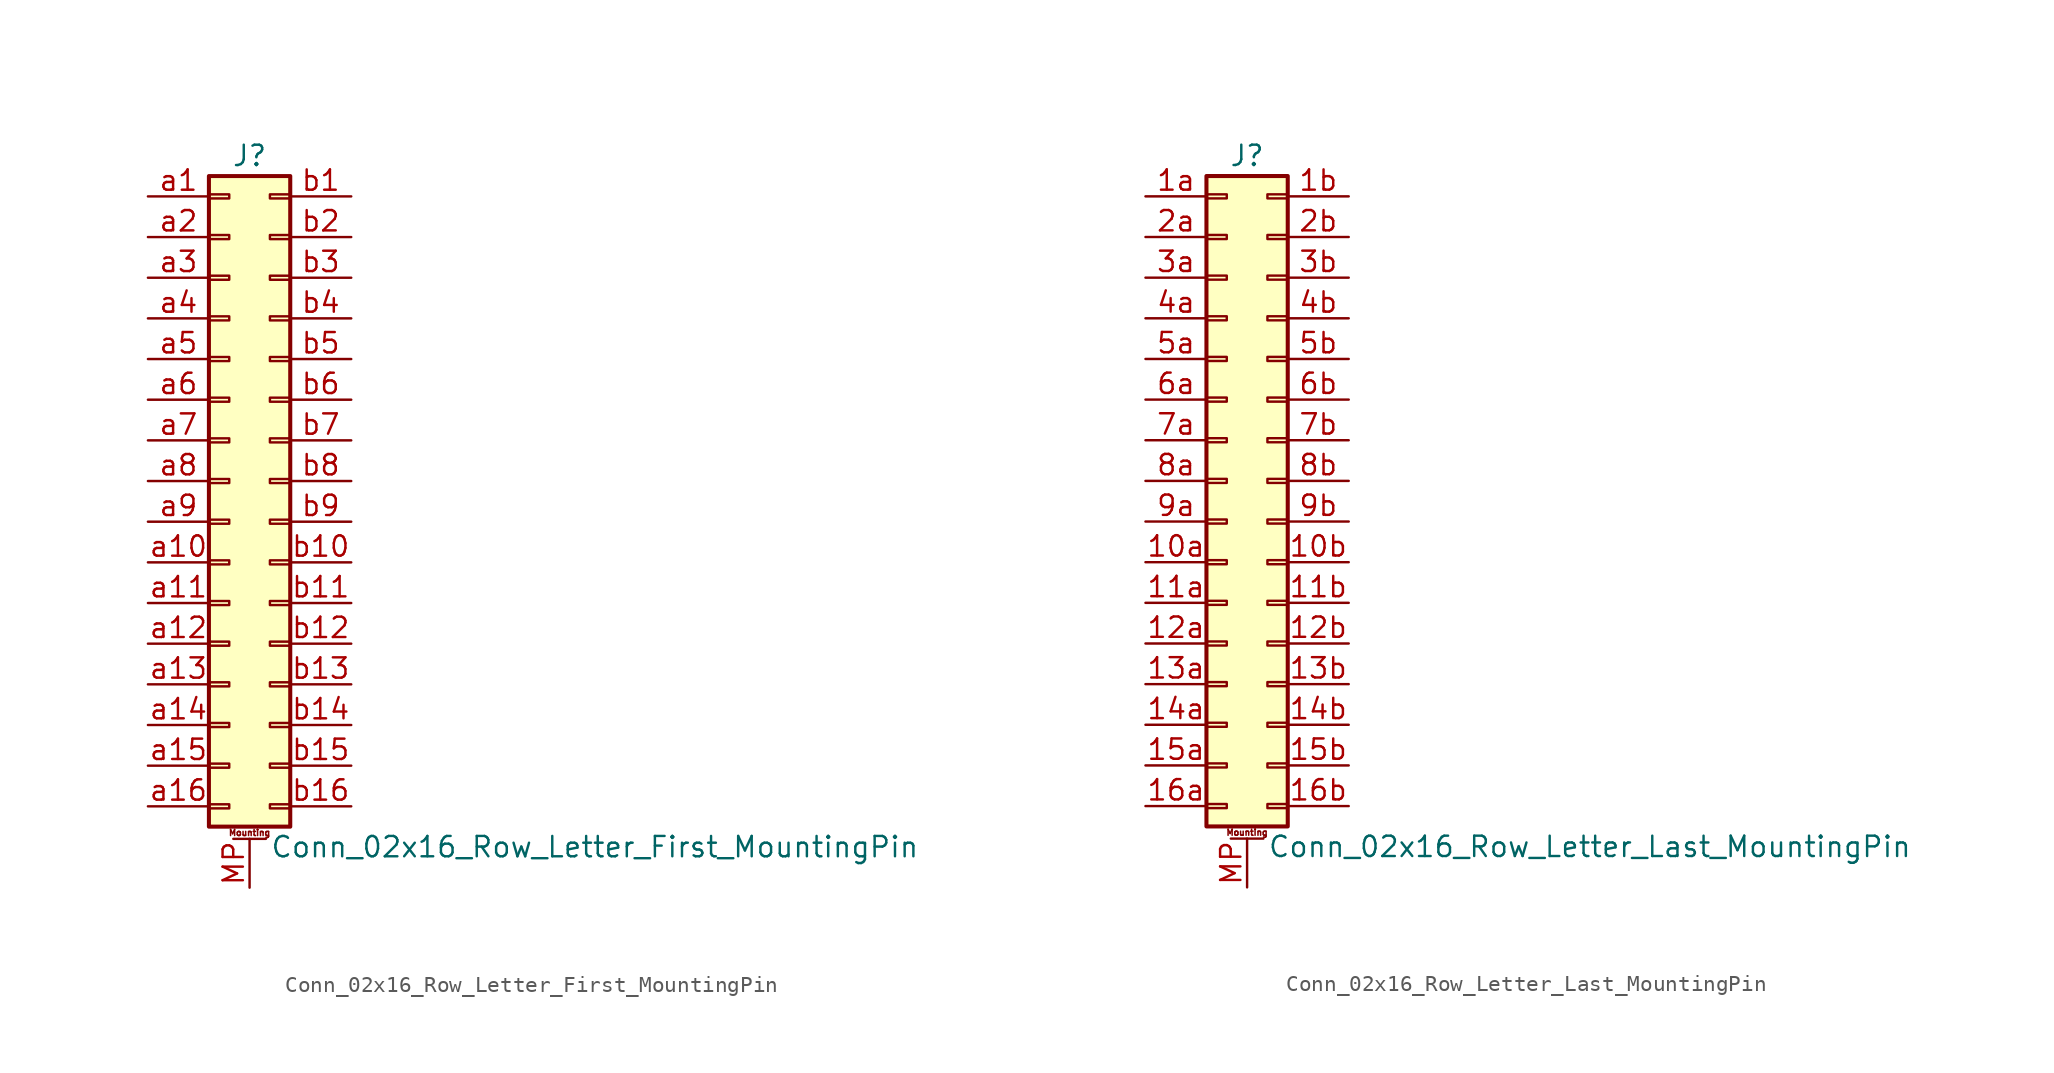
<source format=kicad_sym>
(kicad_symbol_lib
  (version 20201005)
  (generator kicad_symbol_editor)
  (symbol "Conn_02x16_Row_Letter_First_MountingPin"
    (pin_names
      (offset 1.016) hide)
    (property "Reference" "J"
      (at 1.27 20.32 0)
      (effects (font (size 1.27 1.27))))
    (property "Value" "Conn_02x16_Row_Letter_First_MountingPin"
      (at 2.54 -22.86 0)
      (effects (font (size 1.27 1.27)) (justify left)))
    (symbol "Conn_02x16_Row_Letter_First_MountingPin_1_1"
      (text "Mounting" (at 1.27 -21.971 0) (effects (font (size 0.381 0.381))))
      (rectangle (start -1.27 -20.193) (end 0 -20.447) (stroke (width 0.152)) (fill (type none)))
      (rectangle (start -1.27 -17.653) (end 0 -17.907) (stroke (width 0.152)) (fill (type none)))
      (rectangle (start -1.27 -15.113) (end 0 -15.367) (stroke (width 0.152)) (fill (type none)))
      (rectangle (start -1.27 -12.573) (end 0 -12.827) (stroke (width 0.152)) (fill (type none)))
      (rectangle (start -1.27 -10.033) (end 0 -10.287) (stroke (width 0.152)) (fill (type none)))
      (rectangle (start -1.27 -7.493) (end 0 -7.747) (stroke (width 0.152)) (fill (type none)))
      (rectangle (start -1.27 -4.953) (end 0 -5.207) (stroke (width 0.152)) (fill (type none)))
      (rectangle (start -1.27 -2.413) (end 0 -2.667) (stroke (width 0.152)) (fill (type none)))
      (rectangle (start -1.27 0.127) (end 0 -0.127) (stroke (width 0.152)) (fill (type none)))
      (rectangle (start -1.27 2.667) (end 0 2.413) (stroke (width 0.152)) (fill (type none)))
      (rectangle (start -1.27 5.207) (end 0 4.953) (stroke (width 0.152)) (fill (type none)))
      (rectangle (start -1.27 7.747) (end 0 7.493) (stroke (width 0.152)) (fill (type none)))
      (rectangle (start -1.27 10.287) (end 0 10.033) (stroke (width 0.152)) (fill (type none)))
      (rectangle (start -1.27 12.827) (end 0 12.573) (stroke (width 0.152)) (fill (type none)))
      (rectangle (start -1.27 15.367) (end 0 15.113) (stroke (width 0.152)) (fill (type none)))
      (rectangle (start -1.27 17.907) (end 0 17.653) (stroke (width 0.152)) (fill (type none)))
      (rectangle (start 3.81 -20.193) (end 2.54 -20.447) (stroke (width 0.152)) (fill (type none)))
      (rectangle (start 3.81 -17.653) (end 2.54 -17.907) (stroke (width 0.152)) (fill (type none)))
      (rectangle (start 3.81 -15.113) (end 2.54 -15.367) (stroke (width 0.152)) (fill (type none)))
      (rectangle (start 3.81 -12.573) (end 2.54 -12.827) (stroke (width 0.152)) (fill (type none)))
      (rectangle (start 3.81 -10.033) (end 2.54 -10.287) (stroke (width 0.152)) (fill (type none)))
      (rectangle (start 3.81 -7.493) (end 2.54 -7.747) (stroke (width 0.152)) (fill (type none)))
      (rectangle (start 3.81 -4.953) (end 2.54 -5.207) (stroke (width 0.152)) (fill (type none)))
      (rectangle (start 3.81 -2.413) (end 2.54 -2.667) (stroke (width 0.152)) (fill (type none)))
      (rectangle (start 3.81 0.127) (end 2.54 -0.127) (stroke (width 0.152)) (fill (type none)))
      (rectangle (start 3.81 2.667) (end 2.54 2.413) (stroke (width 0.152)) (fill (type none)))
      (rectangle (start 3.81 5.207) (end 2.54 4.953) (stroke (width 0.152)) (fill (type none)))
      (rectangle (start 3.81 7.747) (end 2.54 7.493) (stroke (width 0.152)) (fill (type none)))
      (rectangle (start 3.81 10.287) (end 2.54 10.033) (stroke (width 0.152)) (fill (type none)))
      (rectangle (start 3.81 12.827) (end 2.54 12.573) (stroke (width 0.152)) (fill (type none)))
      (rectangle (start 3.81 15.367) (end 2.54 15.113) (stroke (width 0.152)) (fill (type none)))
      (rectangle (start 3.81 17.907) (end 2.54 17.653) (stroke (width 0.152)) (fill (type none)))
      (rectangle (start -1.27 19.05) (end 3.81 -21.59) (stroke (width 0.254)) (fill (type background)))
      (polyline (pts (xy 0.254 -22.352) (xy 2.286 -22.352)) (stroke (width 0.152)) (fill (type none)))
      (pin passive line (at 1.27 -25.4 90) (length 3.048) (name "MountPin" (effects (font (size 1.27 1.27)))) (number "MP" (effects (font (size 1.27 1.27)))))
      (pin passive line (at -5.08 17.78 0) (length 3.81) (name "Pin_a1" (effects (font (size 1.27 1.27)))) (number "a1" (effects (font (size 1.27 1.27)))))
      (pin passive line (at -5.08 -5.08 0) (length 3.81) (name "Pin_a10" (effects (font (size 1.27 1.27)))) (number "a10" (effects (font (size 1.27 1.27)))))
      (pin passive line (at -5.08 -7.62 0) (length 3.81) (name "Pin_a11" (effects (font (size 1.27 1.27)))) (number "a11" (effects (font (size 1.27 1.27)))))
      (pin passive line (at -5.08 -10.16 0) (length 3.81) (name "Pin_a12" (effects (font (size 1.27 1.27)))) (number "a12" (effects (font (size 1.27 1.27)))))
      (pin passive line (at -5.08 -12.7 0) (length 3.81) (name "Pin_a13" (effects (font (size 1.27 1.27)))) (number "a13" (effects (font (size 1.27 1.27)))))
      (pin passive line (at -5.08 -15.24 0) (length 3.81) (name "Pin_a14" (effects (font (size 1.27 1.27)))) (number "a14" (effects (font (size 1.27 1.27)))))
      (pin passive line (at -5.08 -17.78 0) (length 3.81) (name "Pin_a15" (effects (font (size 1.27 1.27)))) (number "a15" (effects (font (size 1.27 1.27)))))
      (pin passive line (at -5.08 -20.32 0) (length 3.81) (name "Pin_a16" (effects (font (size 1.27 1.27)))) (number "a16" (effects (font (size 1.27 1.27)))))
      (pin passive line (at -5.08 15.24 0) (length 3.81) (name "Pin_a2" (effects (font (size 1.27 1.27)))) (number "a2" (effects (font (size 1.27 1.27)))))
      (pin passive line (at -5.08 12.7 0) (length 3.81) (name "Pin_a3" (effects (font (size 1.27 1.27)))) (number "a3" (effects (font (size 1.27 1.27)))))
      (pin passive line (at -5.08 10.16 0) (length 3.81) (name "Pin_a4" (effects (font (size 1.27 1.27)))) (number "a4" (effects (font (size 1.27 1.27)))))
      (pin passive line (at -5.08 7.62 0) (length 3.81) (name "Pin_a5" (effects (font (size 1.27 1.27)))) (number "a5" (effects (font (size 1.27 1.27)))))
      (pin passive line (at -5.08 5.08 0) (length 3.81) (name "Pin_a6" (effects (font (size 1.27 1.27)))) (number "a6" (effects (font (size 1.27 1.27)))))
      (pin passive line (at -5.08 2.54 0) (length 3.81) (name "Pin_a7" (effects (font (size 1.27 1.27)))) (number "a7" (effects (font (size 1.27 1.27)))))
      (pin passive line (at -5.08 0 0) (length 3.81) (name "Pin_a8" (effects (font (size 1.27 1.27)))) (number "a8" (effects (font (size 1.27 1.27)))))
      (pin passive line (at -5.08 -2.54 0) (length 3.81) (name "Pin_a9" (effects (font (size 1.27 1.27)))) (number "a9" (effects (font (size 1.27 1.27)))))
      (pin passive line (at 7.62 17.78 180) (length 3.81) (name "Pin_b1" (effects (font (size 1.27 1.27)))) (number "b1" (effects (font (size 1.27 1.27)))))
      (pin passive line (at 7.62 -5.08 180) (length 3.81) (name "Pin_b10" (effects (font (size 1.27 1.27)))) (number "b10" (effects (font (size 1.27 1.27)))))
      (pin passive line (at 7.62 -7.62 180) (length 3.81) (name "Pin_b11" (effects (font (size 1.27 1.27)))) (number "b11" (effects (font (size 1.27 1.27)))))
      (pin passive line (at 7.62 -10.16 180) (length 3.81) (name "Pin_b12" (effects (font (size 1.27 1.27)))) (number "b12" (effects (font (size 1.27 1.27)))))
      (pin passive line (at 7.62 -12.7 180) (length 3.81) (name "Pin_b13" (effects (font (size 1.27 1.27)))) (number "b13" (effects (font (size 1.27 1.27)))))
      (pin passive line (at 7.62 -15.24 180) (length 3.81) (name "Pin_b14" (effects (font (size 1.27 1.27)))) (number "b14" (effects (font (size 1.27 1.27)))))
      (pin passive line (at 7.62 -17.78 180) (length 3.81) (name "Pin_b15" (effects (font (size 1.27 1.27)))) (number "b15" (effects (font (size 1.27 1.27)))))
      (pin passive line (at 7.62 -20.32 180) (length 3.81) (name "Pin_b16" (effects (font (size 1.27 1.27)))) (number "b16" (effects (font (size 1.27 1.27)))))
      (pin passive line (at 7.62 15.24 180) (length 3.81) (name "Pin_b2" (effects (font (size 1.27 1.27)))) (number "b2" (effects (font (size 1.27 1.27)))))
      (pin passive line (at 7.62 12.7 180) (length 3.81) (name "Pin_b3" (effects (font (size 1.27 1.27)))) (number "b3" (effects (font (size 1.27 1.27)))))
      (pin passive line (at 7.62 10.16 180) (length 3.81) (name "Pin_b4" (effects (font (size 1.27 1.27)))) (number "b4" (effects (font (size 1.27 1.27)))))
      (pin passive line (at 7.62 7.62 180) (length 3.81) (name "Pin_b5" (effects (font (size 1.27 1.27)))) (number "b5" (effects (font (size 1.27 1.27)))))
      (pin passive line (at 7.62 5.08 180) (length 3.81) (name "Pin_b6" (effects (font (size 1.27 1.27)))) (number "b6" (effects (font (size 1.27 1.27)))))
      (pin passive line (at 7.62 2.54 180) (length 3.81) (name "Pin_b7" (effects (font (size 1.27 1.27)))) (number "b7" (effects (font (size 1.27 1.27)))))
      (pin passive line (at 7.62 0 180) (length 3.81) (name "Pin_b8" (effects (font (size 1.27 1.27)))) (number "b8" (effects (font (size 1.27 1.27)))))
      (pin passive line (at 7.62 -2.54 180) (length 3.81) (name "Pin_b9" (effects (font (size 1.27 1.27)))) (number "b9" (effects (font (size 1.27 1.27)))))))
  (symbol "Conn_02x16_Row_Letter_Last_MountingPin"
    (pin_names
      (offset 1.016) hide)
    (property "Reference" "J"
      (at 1.27 20.32 0)
      (effects (font (size 1.27 1.27))))
    (property "Value" "Conn_02x16_Row_Letter_Last_MountingPin"
      (at 2.54 -22.86 0)
      (effects (font (size 1.27 1.27)) (justify left)))
    (symbol "Conn_02x16_Row_Letter_Last_MountingPin_1_1"
      (text "Mounting" (at 1.27 -21.971 0) (effects (font (size 0.381 0.381))))
      (rectangle (start -1.27 -20.193) (end 0 -20.447) (stroke (width 0.152)) (fill (type none)))
      (rectangle (start -1.27 -17.653) (end 0 -17.907) (stroke (width 0.152)) (fill (type none)))
      (rectangle (start -1.27 -15.113) (end 0 -15.367) (stroke (width 0.152)) (fill (type none)))
      (rectangle (start -1.27 -12.573) (end 0 -12.827) (stroke (width 0.152)) (fill (type none)))
      (rectangle (start -1.27 -10.033) (end 0 -10.287) (stroke (width 0.152)) (fill (type none)))
      (rectangle (start -1.27 -7.493) (end 0 -7.747) (stroke (width 0.152)) (fill (type none)))
      (rectangle (start -1.27 -4.953) (end 0 -5.207) (stroke (width 0.152)) (fill (type none)))
      (rectangle (start -1.27 -2.413) (end 0 -2.667) (stroke (width 0.152)) (fill (type none)))
      (rectangle (start -1.27 0.127) (end 0 -0.127) (stroke (width 0.152)) (fill (type none)))
      (rectangle (start -1.27 2.667) (end 0 2.413) (stroke (width 0.152)) (fill (type none)))
      (rectangle (start -1.27 5.207) (end 0 4.953) (stroke (width 0.152)) (fill (type none)))
      (rectangle (start -1.27 7.747) (end 0 7.493) (stroke (width 0.152)) (fill (type none)))
      (rectangle (start -1.27 10.287) (end 0 10.033) (stroke (width 0.152)) (fill (type none)))
      (rectangle (start -1.27 12.827) (end 0 12.573) (stroke (width 0.152)) (fill (type none)))
      (rectangle (start -1.27 15.367) (end 0 15.113) (stroke (width 0.152)) (fill (type none)))
      (rectangle (start -1.27 17.907) (end 0 17.653) (stroke (width 0.152)) (fill (type none)))
      (rectangle (start 3.81 -20.193) (end 2.54 -20.447) (stroke (width 0.152)) (fill (type none)))
      (rectangle (start 3.81 -17.653) (end 2.54 -17.907) (stroke (width 0.152)) (fill (type none)))
      (rectangle (start 3.81 -15.113) (end 2.54 -15.367) (stroke (width 0.152)) (fill (type none)))
      (rectangle (start 3.81 -12.573) (end 2.54 -12.827) (stroke (width 0.152)) (fill (type none)))
      (rectangle (start 3.81 -10.033) (end 2.54 -10.287) (stroke (width 0.152)) (fill (type none)))
      (rectangle (start 3.81 -7.493) (end 2.54 -7.747) (stroke (width 0.152)) (fill (type none)))
      (rectangle (start 3.81 -4.953) (end 2.54 -5.207) (stroke (width 0.152)) (fill (type none)))
      (rectangle (start 3.81 -2.413) (end 2.54 -2.667) (stroke (width 0.152)) (fill (type none)))
      (rectangle (start 3.81 0.127) (end 2.54 -0.127) (stroke (width 0.152)) (fill (type none)))
      (rectangle (start 3.81 2.667) (end 2.54 2.413) (stroke (width 0.152)) (fill (type none)))
      (rectangle (start 3.81 5.207) (end 2.54 4.953) (stroke (width 0.152)) (fill (type none)))
      (rectangle (start 3.81 7.747) (end 2.54 7.493) (stroke (width 0.152)) (fill (type none)))
      (rectangle (start 3.81 10.287) (end 2.54 10.033) (stroke (width 0.152)) (fill (type none)))
      (rectangle (start 3.81 12.827) (end 2.54 12.573) (stroke (width 0.152)) (fill (type none)))
      (rectangle (start 3.81 15.367) (end 2.54 15.113) (stroke (width 0.152)) (fill (type none)))
      (rectangle (start 3.81 17.907) (end 2.54 17.653) (stroke (width 0.152)) (fill (type none)))
      (rectangle (start -1.27 19.05) (end 3.81 -21.59) (stroke (width 0.254)) (fill (type background)))
      (polyline (pts (xy 0.254 -22.352) (xy 2.286 -22.352)) (stroke (width 0.152)) (fill (type none)))
      (pin passive line (at -5.08 -5.08 0) (length 3.81) (name "Pin_10a" (effects (font (size 1.27 1.27)))) (number "10a" (effects (font (size 1.27 1.27)))))
      (pin passive line (at 7.62 -5.08 180) (length 3.81) (name "Pin_10b" (effects (font (size 1.27 1.27)))) (number "10b" (effects (font (size 1.27 1.27)))))
      (pin passive line (at -5.08 -7.62 0) (length 3.81) (name "Pin_11a" (effects (font (size 1.27 1.27)))) (number "11a" (effects (font (size 1.27 1.27)))))
      (pin passive line (at 7.62 -7.62 180) (length 3.81) (name "Pin_11b" (effects (font (size 1.27 1.27)))) (number "11b" (effects (font (size 1.27 1.27)))))
      (pin passive line (at -5.08 -10.16 0) (length 3.81) (name "Pin_12a" (effects (font (size 1.27 1.27)))) (number "12a" (effects (font (size 1.27 1.27)))))
      (pin passive line (at 7.62 -10.16 180) (length 3.81) (name "Pin_12b" (effects (font (size 1.27 1.27)))) (number "12b" (effects (font (size 1.27 1.27)))))
      (pin passive line (at -5.08 -12.7 0) (length 3.81) (name "Pin_13a" (effects (font (size 1.27 1.27)))) (number "13a" (effects (font (size 1.27 1.27)))))
      (pin passive line (at 7.62 -12.7 180) (length 3.81) (name "Pin_13b" (effects (font (size 1.27 1.27)))) (number "13b" (effects (font (size 1.27 1.27)))))
      (pin passive line (at -5.08 -15.24 0) (length 3.81) (name "Pin_14a" (effects (font (size 1.27 1.27)))) (number "14a" (effects (font (size 1.27 1.27)))))
      (pin passive line (at 7.62 -15.24 180) (length 3.81) (name "Pin_14b" (effects (font (size 1.27 1.27)))) (number "14b" (effects (font (size 1.27 1.27)))))
      (pin passive line (at -5.08 -17.78 0) (length 3.81) (name "Pin_15a" (effects (font (size 1.27 1.27)))) (number "15a" (effects (font (size 1.27 1.27)))))
      (pin passive line (at 7.62 -17.78 180) (length 3.81) (name "Pin_15b" (effects (font (size 1.27 1.27)))) (number "15b" (effects (font (size 1.27 1.27)))))
      (pin passive line (at -5.08 -20.32 0) (length 3.81) (name "Pin_16a" (effects (font (size 1.27 1.27)))) (number "16a" (effects (font (size 1.27 1.27)))))
      (pin passive line (at 7.62 -20.32 180) (length 3.81) (name "Pin_16b" (effects (font (size 1.27 1.27)))) (number "16b" (effects (font (size 1.27 1.27)))))
      (pin passive line (at -5.08 17.78 0) (length 3.81) (name "Pin_1a" (effects (font (size 1.27 1.27)))) (number "1a" (effects (font (size 1.27 1.27)))))
      (pin passive line (at 7.62 17.78 180) (length 3.81) (name "Pin_1b" (effects (font (size 1.27 1.27)))) (number "1b" (effects (font (size 1.27 1.27)))))
      (pin passive line (at -5.08 15.24 0) (length 3.81) (name "Pin_2a" (effects (font (size 1.27 1.27)))) (number "2a" (effects (font (size 1.27 1.27)))))
      (pin passive line (at 7.62 15.24 180) (length 3.81) (name "Pin_2b" (effects (font (size 1.27 1.27)))) (number "2b" (effects (font (size 1.27 1.27)))))
      (pin passive line (at -5.08 12.7 0) (length 3.81) (name "Pin_3a" (effects (font (size 1.27 1.27)))) (number "3a" (effects (font (size 1.27 1.27)))))
      (pin passive line (at 7.62 12.7 180) (length 3.81) (name "Pin_3b" (effects (font (size 1.27 1.27)))) (number "3b" (effects (font (size 1.27 1.27)))))
      (pin passive line (at -5.08 10.16 0) (length 3.81) (name "Pin_4a" (effects (font (size 1.27 1.27)))) (number "4a" (effects (font (size 1.27 1.27)))))
      (pin passive line (at 7.62 10.16 180) (length 3.81) (name "Pin_4b" (effects (font (size 1.27 1.27)))) (number "4b" (effects (font (size 1.27 1.27)))))
      (pin passive line (at -5.08 7.62 0) (length 3.81) (name "Pin_5a" (effects (font (size 1.27 1.27)))) (number "5a" (effects (font (size 1.27 1.27)))))
      (pin passive line (at 7.62 7.62 180) (length 3.81) (name "Pin_5b" (effects (font (size 1.27 1.27)))) (number "5b" (effects (font (size 1.27 1.27)))))
      (pin passive line (at -5.08 5.08 0) (length 3.81) (name "Pin_6a" (effects (font (size 1.27 1.27)))) (number "6a" (effects (font (size 1.27 1.27)))))
      (pin passive line (at 7.62 5.08 180) (length 3.81) (name "Pin_6b" (effects (font (size 1.27 1.27)))) (number "6b" (effects (font (size 1.27 1.27)))))
      (pin passive line (at -5.08 2.54 0) (length 3.81) (name "Pin_7a" (effects (font (size 1.27 1.27)))) (number "7a" (effects (font (size 1.27 1.27)))))
      (pin passive line (at 7.62 2.54 180) (length 3.81) (name "Pin_7b" (effects (font (size 1.27 1.27)))) (number "7b" (effects (font (size 1.27 1.27)))))
      (pin passive line (at -5.08 0 0) (length 3.81) (name "Pin_8a" (effects (font (size 1.27 1.27)))) (number "8a" (effects (font (size 1.27 1.27)))))
      (pin passive line (at 7.62 0 180) (length 3.81) (name "Pin_8b" (effects (font (size 1.27 1.27)))) (number "8b" (effects (font (size 1.27 1.27)))))
      (pin passive line (at -5.08 -2.54 0) (length 3.81) (name "Pin_9a" (effects (font (size 1.27 1.27)))) (number "9a" (effects (font (size 1.27 1.27)))))
      (pin passive line (at 7.62 -2.54 180) (length 3.81) (name "Pin_9b" (effects (font (size 1.27 1.27)))) (number "9b" (effects (font (size 1.27 1.27)))))
      (pin passive line (at 1.27 -25.4 90) (length 3.048) (name "MountPin" (effects (font (size 1.27 1.27)))) (number "MP" (effects (font (size 1.27 1.27))))))))
</source>
